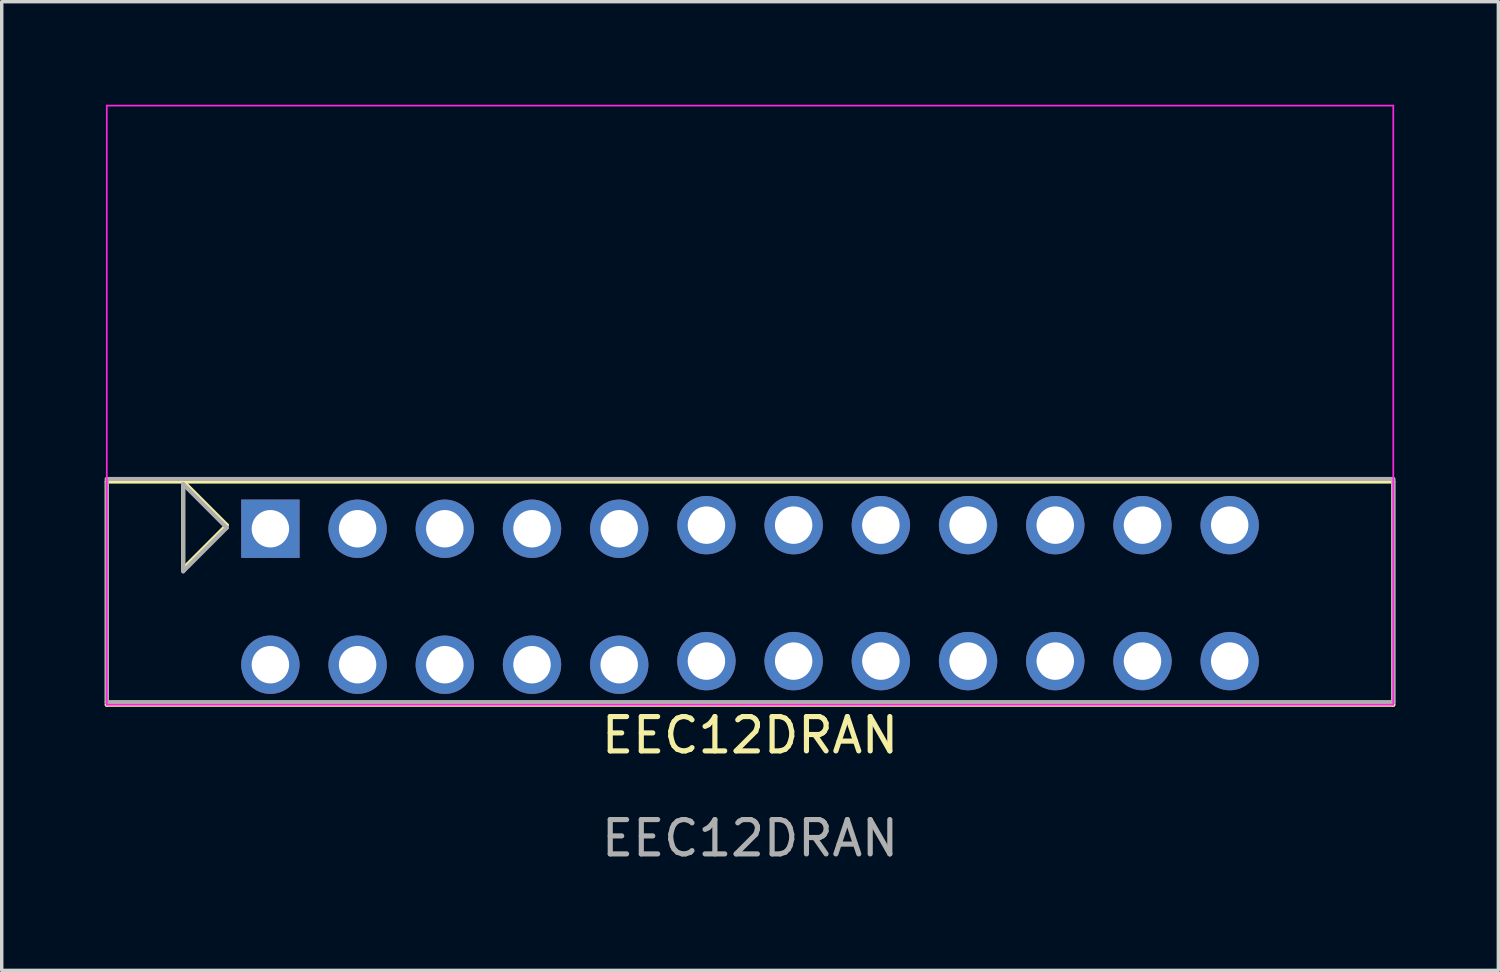
<source format=kicad_pcb>
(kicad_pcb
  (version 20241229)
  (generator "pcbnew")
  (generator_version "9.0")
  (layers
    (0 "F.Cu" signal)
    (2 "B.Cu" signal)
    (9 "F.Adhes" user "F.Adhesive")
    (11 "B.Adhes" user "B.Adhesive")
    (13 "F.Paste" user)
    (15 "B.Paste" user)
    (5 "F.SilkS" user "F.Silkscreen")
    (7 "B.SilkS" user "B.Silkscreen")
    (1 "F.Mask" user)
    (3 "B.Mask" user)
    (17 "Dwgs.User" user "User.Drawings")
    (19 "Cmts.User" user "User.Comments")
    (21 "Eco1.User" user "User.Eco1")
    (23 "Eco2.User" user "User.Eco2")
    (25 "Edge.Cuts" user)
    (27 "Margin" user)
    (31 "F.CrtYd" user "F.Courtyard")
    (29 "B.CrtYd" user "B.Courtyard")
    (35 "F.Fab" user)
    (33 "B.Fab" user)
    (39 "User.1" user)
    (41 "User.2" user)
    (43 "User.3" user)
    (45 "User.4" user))
  (footprint "EEC12DRAN"
    (layer "F.Cu")
    (at 18.795 12.245)
    (property "Reference" "EEC12DRAN" (at 0 6.12 0) (unlocked yes) (layer "F.SilkS") (effects (font (size 1 1) (thickness 0.15))))
    (attr through_hole)
    (fp_line (start -18.735 -1.27) (end -18.735 5.23) (stroke (width 0.12) (type solid)) (layer "F.SilkS"))
    (fp_line (start -18.735 -1.27) (end 18.735 -1.27) (stroke (width 0.12) (type solid)) (layer "F.SilkS"))
    (fp_line (start -18.735 5.23) (end 18.735 5.23) (stroke (width 0.12) (type solid)) (layer "F.SilkS"))
    (fp_line (start -16.51 -1.27) (end -15.24 0) (stroke (width 0.12) (type solid)) (layer "F.SilkS"))
    (fp_line (start -16.51 1.27) (end -16.51 -1.27) (stroke (width 0.12) (type solid)) (layer "F.SilkS"))
    (fp_line (start -15.24 0) (end -16.51 1.27) (stroke (width 0.12) (type solid)) (layer "F.SilkS"))
    (fp_line (start 18.735 -1.27) (end 18.735 5.23) (stroke (width 0.12) (type solid)) (layer "F.SilkS"))
    (fp_line (start -18.735 -12.22) (end 18.735 -12.22) (stroke (width 0.05) (type solid)) (layer "F.CrtYd"))
    (fp_line (start -18.735 5.23) (end -18.735 -12.22) (stroke (width 0.05) (type solid)) (layer "F.CrtYd"))
    (fp_line (start 18.735 -12.22) (end 18.735 5.23) (stroke (width 0.05) (type solid)) (layer "F.CrtYd"))
    (fp_line (start 18.735 5.23) (end -18.735 5.23) (stroke (width 0.05) (type solid)) (layer "F.CrtYd"))
    (fp_line (start -18.735 -1.345) (end -18.735 5.155) (stroke (width 0.12) (type solid)) (layer "F.Fab"))
    (fp_line (start -16.51 -1.195) (end -15.24 0.075) (stroke (width 0.12) (type solid)) (layer "F.Fab"))
    (fp_line (start -16.51 1.345) (end -16.51 -1.195) (stroke (width 0.12) (type solid)) (layer "F.Fab"))
    (fp_line (start -15.24 0.075) (end -16.51 1.345) (stroke (width 0.12) (type solid)) (layer "F.Fab"))
    (fp_line (start 18.735 -1.345) (end -18.735 -1.345) (stroke (width 0.12) (type solid)) (layer "F.Fab"))
    (fp_line (start 18.735 -1.345) (end 18.735 5.155) (stroke (width 0.12) (type solid)) (layer "F.Fab"))
    (fp_line (start 18.735 5.155) (end -18.735 5.155) (stroke (width 0.12) (type solid)) (layer "F.Fab"))
    (fp_text user "${REFERENCE}" (at 0 9.12 0) (unlocked yes) (layer "F.Fab") (effects (font (size 1 1) (thickness 0.15))))
    (pad "a1" thru_hole circle (at -13.97 4.065 270) (size 1.7 1.7) (drill 1.09) (layers "*.Cu" "*.Mask"))
    (pad "a2" thru_hole circle (at -11.43 4.065 270) (size 1.7 1.7) (drill 1.09) (layers "*.Cu" "*.Mask"))
    (pad "a3" thru_hole circle (at -8.89 4.065 270) (size 1.7 1.7) (drill 1.09) (layers "*.Cu" "*.Mask"))
    (pad "a4" thru_hole circle (at -6.35 4.065 270) (size 1.7 1.7) (drill 1.09) (layers "*.Cu" "*.Mask"))
    (pad "a5" thru_hole circle (at -3.81 4.065 270) (size 1.7 1.7) (drill 1.09) (layers "*.Cu" "*.Mask"))
    (pad "a6" thru_hole circle (at -1.27 3.96 270) (size 1.7 1.7) (drill 1.09) (layers "*.Cu" "*.Mask"))
    (pad "a7" thru_hole circle (at 1.27 3.96 270) (size 1.7 1.7) (drill 1.09) (layers "*.Cu" "*.Mask"))
    (pad "a8" thru_hole circle (at 3.81 3.96 270) (size 1.7 1.7) (drill 1.09) (layers "*.Cu" "*.Mask"))
    (pad "a9" thru_hole circle (at 6.35 3.96 270) (size 1.7 1.7) (drill 1.09) (layers "*.Cu" "*.Mask"))
    (pad "a10" thru_hole circle (at 8.89 3.96 270) (size 1.7 1.7) (drill 1.09) (layers "*.Cu" "*.Mask"))
    (pad "a11" thru_hole circle (at 11.43 3.96 270) (size 1.7 1.7) (drill 1.09) (layers "*.Cu" "*.Mask"))
    (pad "a12" thru_hole circle (at 13.97 3.96 270) (size 1.7 1.7) (drill 1.09) (layers "*.Cu" "*.Mask"))
    (pad "b1" thru_hole rect (at -13.97 0.105 270) (size 1.7 1.7) (drill 1.09) (layers "*.Cu" "*.Mask"))
    (pad "b2" thru_hole circle (at -11.43 0.105 270) (size 1.7 1.7) (drill 1.09) (layers "*.Cu" "*.Mask"))
    (pad "b3" thru_hole circle (at -8.89 0.105 270) (size 1.7 1.7) (drill 1.09) (layers "*.Cu" "*.Mask"))
    (pad "b4" thru_hole circle (at -6.35 0.105 270) (size 1.7 1.7) (drill 1.09) (layers "*.Cu" "*.Mask"))
    (pad "b5" thru_hole circle (at -3.81 0.105 270) (size 1.7 1.7) (drill 1.09) (layers "*.Cu" "*.Mask"))
    (pad "b6" thru_hole circle (at -1.27 0 270) (size 1.7 1.7) (drill 1.09) (layers "*.Cu" "*.Mask"))
    (pad "b7" thru_hole circle (at 1.27 0 270) (size 1.7 1.7) (drill 1.09) (layers "*.Cu" "*.Mask"))
    (pad "b8" thru_hole circle (at 3.81 0 270) (size 1.7 1.7) (drill 1.09) (layers "*.Cu" "*.Mask"))
    (pad "b9" thru_hole circle (at 6.35 0 270) (size 1.7 1.7) (drill 1.09) (layers "*.Cu" "*.Mask"))
    (pad "b10" thru_hole circle (at 8.89 0 270) (size 1.7 1.7) (drill 1.09) (layers "*.Cu" "*.Mask"))
    (pad "b11" thru_hole circle (at 11.43 0 270) (size 1.7 1.7) (drill 1.09) (layers "*.Cu" "*.Mask"))
    (pad "b12" thru_hole circle (at 13.97 0 270) (size 1.7 1.7) (drill 1.09) (layers "*.Cu" "*.Mask")))
  (gr_rect
    (start -3 -3)
    (end 40.59 25.213)
    (stroke (width 0.1) (type default))
    (fill no)
    (layer "Edge.Cuts")))
</source>
